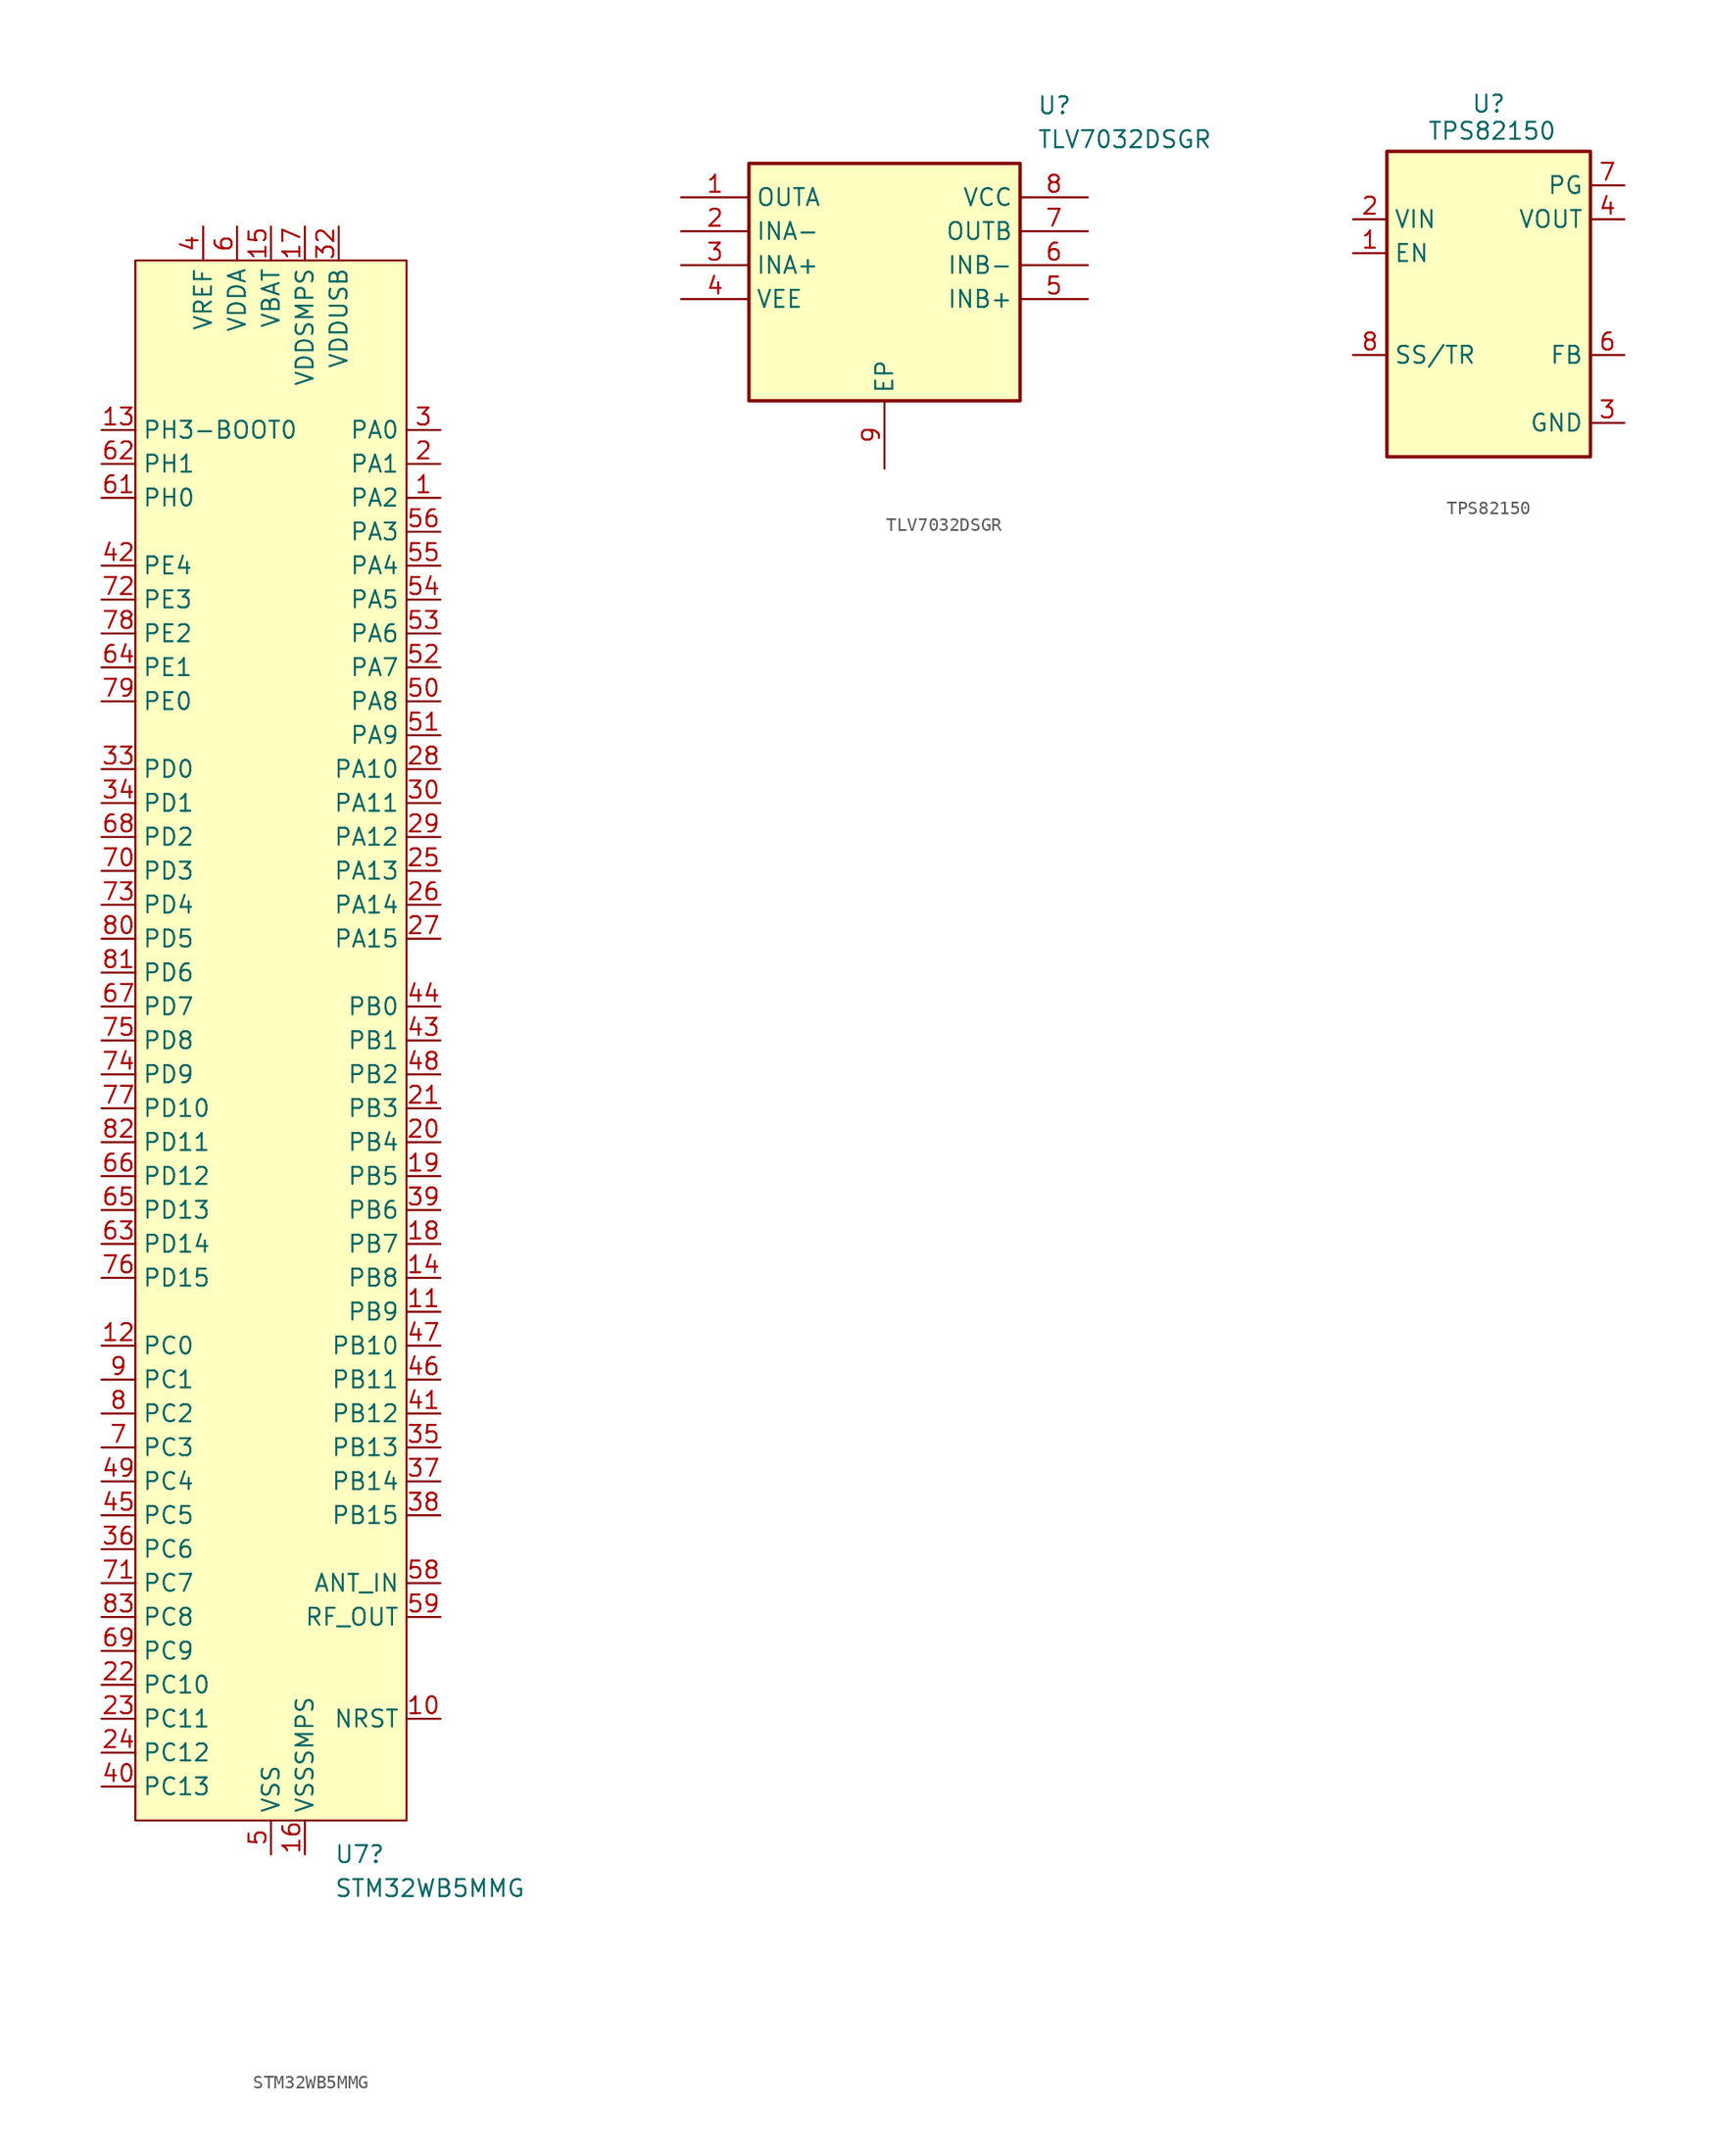
<source format=kicad_sym>
(kicad_symbol_lib
  (version 20231120)
  (generator "kicad_symbol_editor")
  (generator_version "8.0")
  (symbol "STM32WB5MMG"
    (property "Reference" "U7"
      (at 4.734 -60.96 0)
      (effects (font (size 1.27 1.27)) (justify left)))
    (property "Value" "STM32WB5MMG"
      (at 4.734 -63.5 0)
      (effects (font (size 1.27 1.27)) (justify left)))
    (symbol "STM32WB5MMG_1_1"
      (rectangle (start -10.16 58.42) (end 10.16 -58.42) (stroke (width 0) (type default)) (fill (type background)))
      (pin bidirectional line (at 12.7 40.64 180) (length 2.54) (name "PA2" (effects (font (size 1.27 1.27)))) (number "1" (effects (font (size 1.27 1.27)))))
      (pin input line (at 12.7 -50.8 180) (length 2.54) (name "NRST" (effects (font (size 1.27 1.27)))) (number "10" (effects (font (size 1.27 1.27)))))
      (pin bidirectional line (at 12.7 -20.32 180) (length 2.54) (name "PB9" (effects (font (size 1.27 1.27)))) (number "11" (effects (font (size 1.27 1.27)))))
      (pin bidirectional line (at -12.7 -22.86 0) (length 2.54) (name "PC0" (effects (font (size 1.27 1.27)))) (number "12" (effects (font (size 1.27 1.27)))))
      (pin bidirectional line (at -12.7 45.72 0) (length 2.54) (name "PH3-BOOT0" (effects (font (size 1.27 1.27)))) (number "13" (effects (font (size 1.27 1.27)))))
      (pin bidirectional line (at 12.7 -17.78 180) (length 2.54) (name "PB8" (effects (font (size 1.27 1.27)))) (number "14" (effects (font (size 1.27 1.27)))))
      (pin power_in line (at 0 60.96 270) (length 2.54) (name "VBAT" (effects (font (size 1.27 1.27)))) (number "15" (effects (font (size 1.27 1.27)))))
      (pin power_in line (at 2.54 -60.96 90) (length 2.54) (name "VSSSMPS" (effects (font (size 1.27 1.27)))) (number "16" (effects (font (size 1.27 1.27)))))
      (pin power_in line (at 2.54 60.96 270) (length 2.54) (name "VDDSMPS" (effects (font (size 1.27 1.27)))) (number "17" (effects (font (size 1.27 1.27)))))
      (pin bidirectional line (at 12.7 -15.24 180) (length 2.54) (name "PB7" (effects (font (size 1.27 1.27)))) (number "18" (effects (font (size 1.27 1.27)))))
      (pin bidirectional line (at 12.7 -10.16 180) (length 2.54) (name "PB5" (effects (font (size 1.27 1.27)))) (number "19" (effects (font (size 1.27 1.27)))))
      (pin bidirectional line (at 12.7 43.18 180) (length 2.54) (name "PA1" (effects (font (size 1.27 1.27)))) (number "2" (effects (font (size 1.27 1.27)))))
      (pin bidirectional line (at 12.7 -7.62 180) (length 2.54) (name "PB4" (effects (font (size 1.27 1.27)))) (number "20" (effects (font (size 1.27 1.27)))))
      (pin bidirectional line (at 12.7 -5.08 180) (length 2.54) (name "PB3" (effects (font (size 1.27 1.27)))) (number "21" (effects (font (size 1.27 1.27)))))
      (pin bidirectional line (at -12.7 -48.26 0) (length 2.54) (name "PC10" (effects (font (size 1.27 1.27)))) (number "22" (effects (font (size 1.27 1.27)))))
      (pin bidirectional line (at -12.7 -50.8 0) (length 2.54) (name "PC11" (effects (font (size 1.27 1.27)))) (number "23" (effects (font (size 1.27 1.27)))))
      (pin bidirectional line (at -12.7 -53.34 0) (length 2.54) (name "PC12" (effects (font (size 1.27 1.27)))) (number "24" (effects (font (size 1.27 1.27)))))
      (pin bidirectional line (at 12.7 12.7 180) (length 2.54) (name "PA13" (effects (font (size 1.27 1.27)))) (number "25" (effects (font (size 1.27 1.27)))))
      (pin bidirectional line (at 12.7 10.16 180) (length 2.54) (name "PA14" (effects (font (size 1.27 1.27)))) (number "26" (effects (font (size 1.27 1.27)))))
      (pin bidirectional line (at 12.7 7.62 180) (length 2.54) (name "PA15" (effects (font (size 1.27 1.27)))) (number "27" (effects (font (size 1.27 1.27)))))
      (pin bidirectional line (at 12.7 20.32 180) (length 2.54) (name "PA10" (effects (font (size 1.27 1.27)))) (number "28" (effects (font (size 1.27 1.27)))))
      (pin bidirectional line (at 12.7 15.24 180) (length 2.54) (name "PA12" (effects (font (size 1.27 1.27)))) (number "29" (effects (font (size 1.27 1.27)))))
      (pin bidirectional line (at 12.7 45.72 180) (length 2.54) (name "PA0" (effects (font (size 1.27 1.27)))) (number "3" (effects (font (size 1.27 1.27)))))
      (pin bidirectional line (at 12.7 17.78 180) (length 2.54) (name "PA11" (effects (font (size 1.27 1.27)))) (number "30" (effects (font (size 1.27 1.27)))))
      (pin passive line (at 0 -60.96 90) (length 2.54) hide (name "VSS" (effects (font (size 1.27 1.27)))) (number "31" (effects (font (size 1.27 1.27)))))
      (pin power_in line (at 5.08 60.96 270) (length 2.54) (name "VDDUSB" (effects (font (size 1.27 1.27)))) (number "32" (effects (font (size 1.27 1.27)))))
      (pin bidirectional line (at -12.7 20.32 0) (length 2.54) (name "PD0" (effects (font (size 1.27 1.27)))) (number "33" (effects (font (size 1.27 1.27)))))
      (pin bidirectional line (at -12.7 17.78 0) (length 2.54) (name "PD1" (effects (font (size 1.27 1.27)))) (number "34" (effects (font (size 1.27 1.27)))))
      (pin bidirectional line (at 12.7 -30.48 180) (length 2.54) (name "PB13" (effects (font (size 1.27 1.27)))) (number "35" (effects (font (size 1.27 1.27)))))
      (pin bidirectional line (at -12.7 -38.1 0) (length 2.54) (name "PC6" (effects (font (size 1.27 1.27)))) (number "36" (effects (font (size 1.27 1.27)))))
      (pin bidirectional line (at 12.7 -33.02 180) (length 2.54) (name "PB14" (effects (font (size 1.27 1.27)))) (number "37" (effects (font (size 1.27 1.27)))))
      (pin bidirectional line (at 12.7 -35.56 180) (length 2.54) (name "PB15" (effects (font (size 1.27 1.27)))) (number "38" (effects (font (size 1.27 1.27)))))
      (pin bidirectional line (at 12.7 -12.7 180) (length 2.54) (name "PB6" (effects (font (size 1.27 1.27)))) (number "39" (effects (font (size 1.27 1.27)))))
      (pin input line (at -5.08 60.96 270) (length 2.54) (name "VREF" (effects (font (size 1.27 1.27)))) (number "4" (effects (font (size 1.27 1.27)))))
      (pin bidirectional line (at -12.7 -55.88 0) (length 2.54) (name "PC13" (effects (font (size 1.27 1.27)))) (number "40" (effects (font (size 1.27 1.27)))))
      (pin bidirectional line (at 12.7 -27.94 180) (length 2.54) (name "PB12" (effects (font (size 1.27 1.27)))) (number "41" (effects (font (size 1.27 1.27)))))
      (pin bidirectional line (at -12.7 35.56 0) (length 2.54) (name "PE4" (effects (font (size 1.27 1.27)))) (number "42" (effects (font (size 1.27 1.27)))))
      (pin bidirectional line (at 12.7 0 180) (length 2.54) (name "PB1" (effects (font (size 1.27 1.27)))) (number "43" (effects (font (size 1.27 1.27)))))
      (pin bidirectional line (at 12.7 2.54 180) (length 2.54) (name "PB0" (effects (font (size 1.27 1.27)))) (number "44" (effects (font (size 1.27 1.27)))))
      (pin bidirectional line (at -12.7 -35.56 0) (length 2.54) (name "PC5" (effects (font (size 1.27 1.27)))) (number "45" (effects (font (size 1.27 1.27)))))
      (pin bidirectional line (at 12.7 -25.4 180) (length 2.54) (name "PB11" (effects (font (size 1.27 1.27)))) (number "46" (effects (font (size 1.27 1.27)))))
      (pin bidirectional line (at 12.7 -22.86 180) (length 2.54) (name "PB10" (effects (font (size 1.27 1.27)))) (number "47" (effects (font (size 1.27 1.27)))))
      (pin bidirectional line (at 12.7 -2.54 180) (length 2.54) (name "PB2" (effects (font (size 1.27 1.27)))) (number "48" (effects (font (size 1.27 1.27)))))
      (pin bidirectional line (at -12.7 -33.02 0) (length 2.54) (name "PC4" (effects (font (size 1.27 1.27)))) (number "49" (effects (font (size 1.27 1.27)))))
      (pin power_in line (at 0 -60.96 90) (length 2.54) (name "VSS" (effects (font (size 1.27 1.27)))) (number "5" (effects (font (size 1.27 1.27)))))
      (pin bidirectional line (at 12.7 25.4 180) (length 2.54) (name "PA8" (effects (font (size 1.27 1.27)))) (number "50" (effects (font (size 1.27 1.27)))))
      (pin bidirectional line (at 12.7 22.86 180) (length 2.54) (name "PA9" (effects (font (size 1.27 1.27)))) (number "51" (effects (font (size 1.27 1.27)))))
      (pin bidirectional line (at 12.7 27.94 180) (length 2.54) (name "PA7" (effects (font (size 1.27 1.27)))) (number "52" (effects (font (size 1.27 1.27)))))
      (pin bidirectional line (at 12.7 30.48 180) (length 2.54) (name "PA6" (effects (font (size 1.27 1.27)))) (number "53" (effects (font (size 1.27 1.27)))))
      (pin bidirectional line (at 12.7 33.02 180) (length 2.54) (name "PA5" (effects (font (size 1.27 1.27)))) (number "54" (effects (font (size 1.27 1.27)))))
      (pin bidirectional line (at 12.7 35.56 180) (length 2.54) (name "PA4" (effects (font (size 1.27 1.27)))) (number "55" (effects (font (size 1.27 1.27)))))
      (pin bidirectional line (at 12.7 38.1 180) (length 2.54) (name "PA3" (effects (font (size 1.27 1.27)))) (number "56" (effects (font (size 1.27 1.27)))))
      (pin passive line (at 0 -60.96 90) (length 2.54) hide (name "VSS" (effects (font (size 1.27 1.27)))) (number "57" (effects (font (size 1.27 1.27)))))
      (pin passive line (at 12.7 -40.64 180) (length 2.54) (name "ANT_IN" (effects (font (size 1.27 1.27)))) (number "58" (effects (font (size 1.27 1.27)))))
      (pin passive line (at 12.7 -43.18 180) (length 2.54) (name "RF_OUT" (effects (font (size 1.27 1.27)))) (number "59" (effects (font (size 1.27 1.27)))))
      (pin power_in line (at -2.54 60.96 270) (length 2.54) (name "VDDA" (effects (font (size 1.27 1.27)))) (number "6" (effects (font (size 1.27 1.27)))))
      (pin passive line (at 0 -60.96 90) (length 2.54) hide (name "VSS" (effects (font (size 1.27 1.27)))) (number "60" (effects (font (size 1.27 1.27)))))
      (pin bidirectional line (at -12.7 40.64 0) (length 2.54) (name "PH0" (effects (font (size 1.27 1.27)))) (number "61" (effects (font (size 1.27 1.27)))))
      (pin bidirectional line (at -12.7 43.18 0) (length 2.54) (name "PH1" (effects (font (size 1.27 1.27)))) (number "62" (effects (font (size 1.27 1.27)))))
      (pin bidirectional line (at -12.7 -15.24 0) (length 2.54) (name "PD14" (effects (font (size 1.27 1.27)))) (number "63" (effects (font (size 1.27 1.27)))))
      (pin bidirectional line (at -12.7 27.94 0) (length 2.54) (name "PE1" (effects (font (size 1.27 1.27)))) (number "64" (effects (font (size 1.27 1.27)))))
      (pin bidirectional line (at -12.7 -12.7 0) (length 2.54) (name "PD13" (effects (font (size 1.27 1.27)))) (number "65" (effects (font (size 1.27 1.27)))))
      (pin bidirectional line (at -12.7 -10.16 0) (length 2.54) (name "PD12" (effects (font (size 1.27 1.27)))) (number "66" (effects (font (size 1.27 1.27)))))
      (pin bidirectional line (at -12.7 2.54 0) (length 2.54) (name "PD7" (effects (font (size 1.27 1.27)))) (number "67" (effects (font (size 1.27 1.27)))))
      (pin bidirectional line (at -12.7 15.24 0) (length 2.54) (name "PD2" (effects (font (size 1.27 1.27)))) (number "68" (effects (font (size 1.27 1.27)))))
      (pin bidirectional line (at -12.7 -45.72 0) (length 2.54) (name "PC9" (effects (font (size 1.27 1.27)))) (number "69" (effects (font (size 1.27 1.27)))))
      (pin bidirectional line (at -12.7 -30.48 0) (length 2.54) (name "PC3" (effects (font (size 1.27 1.27)))) (number "7" (effects (font (size 1.27 1.27)))))
      (pin bidirectional line (at -12.7 12.7 0) (length 2.54) (name "PD3" (effects (font (size 1.27 1.27)))) (number "70" (effects (font (size 1.27 1.27)))))
      (pin bidirectional line (at -12.7 -40.64 0) (length 2.54) (name "PC7" (effects (font (size 1.27 1.27)))) (number "71" (effects (font (size 1.27 1.27)))))
      (pin bidirectional line (at -12.7 33.02 0) (length 2.54) (name "PE3" (effects (font (size 1.27 1.27)))) (number "72" (effects (font (size 1.27 1.27)))))
      (pin bidirectional line (at -12.7 10.16 0) (length 2.54) (name "PD4" (effects (font (size 1.27 1.27)))) (number "73" (effects (font (size 1.27 1.27)))))
      (pin bidirectional line (at -12.7 -2.54 0) (length 2.54) (name "PD9" (effects (font (size 1.27 1.27)))) (number "74" (effects (font (size 1.27 1.27)))))
      (pin bidirectional line (at -12.7 0 0) (length 2.54) (name "PD8" (effects (font (size 1.27 1.27)))) (number "75" (effects (font (size 1.27 1.27)))))
      (pin bidirectional line (at -12.7 -17.78 0) (length 2.54) (name "PD15" (effects (font (size 1.27 1.27)))) (number "76" (effects (font (size 1.27 1.27)))))
      (pin bidirectional line (at -12.7 -5.08 0) (length 2.54) (name "PD10" (effects (font (size 1.27 1.27)))) (number "77" (effects (font (size 1.27 1.27)))))
      (pin bidirectional line (at -12.7 30.48 0) (length 2.54) (name "PE2" (effects (font (size 1.27 1.27)))) (number "78" (effects (font (size 1.27 1.27)))))
      (pin bidirectional line (at -12.7 25.4 0) (length 2.54) (name "PE0" (effects (font (size 1.27 1.27)))) (number "79" (effects (font (size 1.27 1.27)))))
      (pin bidirectional line (at -12.7 -27.94 0) (length 2.54) (name "PC2" (effects (font (size 1.27 1.27)))) (number "8" (effects (font (size 1.27 1.27)))))
      (pin bidirectional line (at -12.7 7.62 0) (length 2.54) (name "PD5" (effects (font (size 1.27 1.27)))) (number "80" (effects (font (size 1.27 1.27)))))
      (pin bidirectional line (at -12.7 5.08 0) (length 2.54) (name "PD6" (effects (font (size 1.27 1.27)))) (number "81" (effects (font (size 1.27 1.27)))))
      (pin bidirectional line (at -12.7 -7.62 0) (length 2.54) (name "PD11" (effects (font (size 1.27 1.27)))) (number "82" (effects (font (size 1.27 1.27)))))
      (pin bidirectional line (at -12.7 -43.18 0) (length 2.54) (name "PC8" (effects (font (size 1.27 1.27)))) (number "83" (effects (font (size 1.27 1.27)))))
      (pin passive line (at 0 -60.96 90) (length 2.54) hide (name "VSS" (effects (font (size 1.27 1.27)))) (number "84" (effects (font (size 1.27 1.27)))))
      (pin no_connect line (at 10.16 -45.72 180) (length 2.54) hide (name "ANT_NC" (effects (font (size 1.27 1.27)))) (number "85" (effects (font (size 1.27 1.27)))))
      (pin passive line (at 0 -60.96 90) (length 2.54) hide (name "VSS" (effects (font (size 1.27 1.27)))) (number "86" (effects (font (size 1.27 1.27)))))
      (pin bidirectional line (at -12.7 -25.4 0) (length 2.54) (name "PC1" (effects (font (size 1.27 1.27)))) (number "9" (effects (font (size 1.27 1.27)))))))
  (symbol "TLV7032DSGR"
    (property "Reference" "U"
      (at 26.67 7.62 0)
      (effects (font (size 1.27 1.27)) (justify left top)))
    (property "Value" "TLV7032DSGR"
      (at 26.67 5.08 0)
      (effects (font (size 1.27 1.27)) (justify left top)))
    (symbol "TLV7032DSGR_1_1"
      (rectangle (start 5.08 2.54) (end 25.4 -15.24) (stroke (width 0.254) (type default)) (fill (type background)))
      (pin passive line (at 0 0 0) (length 5.08) (name "OUTA" (effects (font (size 1.27 1.27)))) (number "1" (effects (font (size 1.27 1.27)))))
      (pin passive line (at 0 -2.54 0) (length 5.08) (name "INA-" (effects (font (size 1.27 1.27)))) (number "2" (effects (font (size 1.27 1.27)))))
      (pin passive line (at 0 -5.08 0) (length 5.08) (name "INA+" (effects (font (size 1.27 1.27)))) (number "3" (effects (font (size 1.27 1.27)))))
      (pin passive line (at 0 -7.62 0) (length 5.08) (name "VEE" (effects (font (size 1.27 1.27)))) (number "4" (effects (font (size 1.27 1.27)))))
      (pin passive line (at 30.48 -7.62 180) (length 5.08) (name "INB+" (effects (font (size 1.27 1.27)))) (number "5" (effects (font (size 1.27 1.27)))))
      (pin passive line (at 30.48 -5.08 180) (length 5.08) (name "INB-" (effects (font (size 1.27 1.27)))) (number "6" (effects (font (size 1.27 1.27)))))
      (pin passive line (at 30.48 -2.54 180) (length 5.08) (name "OUTB" (effects (font (size 1.27 1.27)))) (number "7" (effects (font (size 1.27 1.27)))))
      (pin passive line (at 30.48 0 180) (length 5.08) (name "VCC" (effects (font (size 1.27 1.27)))) (number "8" (effects (font (size 1.27 1.27)))))
      (pin passive line (at 15.24 -20.32 90) (length 5.08) (name "EP" (effects (font (size 1.27 1.27)))) (number "9" (effects (font (size 1.27 1.27)))))))
  (symbol "TPS82150"
    (property "Reference" "U"
      (at 0 13.716 0)
      (effects (font (size 1.27 1.27))))
    (property "Value" "TPS82150"
      (at 0.254 11.684 0)
      (effects (font (size 1.27 1.27))))
    (symbol "TPS82150_0_1"
      (rectangle (start -7.62 10.16) (end 7.62 -12.7) (stroke (width 0.254) (type default)) (fill (type background))))
    (symbol "TPS82150_1_1"
      (pin input line (at -10.16 2.54 0) (length 2.54) (name "EN" (effects (font (size 1.27 1.27)))) (number "1" (effects (font (size 1.27 1.27)))))
      (pin power_in line (at -10.16 5.08 0) (length 2.54) (name "VIN" (effects (font (size 1.27 1.27)))) (number "2" (effects (font (size 1.27 1.27)))))
      (pin passive line (at 10.16 -10.16 180) (length 2.54) (name "GND" (effects (font (size 1.27 1.27)))) (number "3" (effects (font (size 1.27 1.27)))))
      (pin power_out line (at 10.16 5.08 180) (length 2.54) (name "VOUT" (effects (font (size 1.27 1.27)))) (number "4" (effects (font (size 1.27 1.27)))))
      (pin passive line (at 10.16 5.08 180) (length 2.54) hide (name "VOUT" (effects (font (size 1.27 1.27)))) (number "5" (effects (font (size 1.27 1.27)))))
      (pin input line (at 10.16 -5.08 180) (length 2.54) (name "FB" (effects (font (size 1.27 1.27)))) (number "6" (effects (font (size 1.27 1.27)))))
      (pin open_collector line (at 10.16 7.62 180) (length 2.54) (name "PG" (effects (font (size 1.27 1.27)))) (number "7" (effects (font (size 1.27 1.27)))))
      (pin input line (at -10.16 -5.08 0) (length 2.54) (name "SS/TR" (effects (font (size 1.27 1.27)))) (number "8" (effects (font (size 1.27 1.27)))))
      (pin passive line (at 10.16 -10.16 180) (length 2.54) hide (name "GND" (effects (font (size 1.27 1.27)))) (number "9" (effects (font (size 1.27 1.27))))))))
</source>
